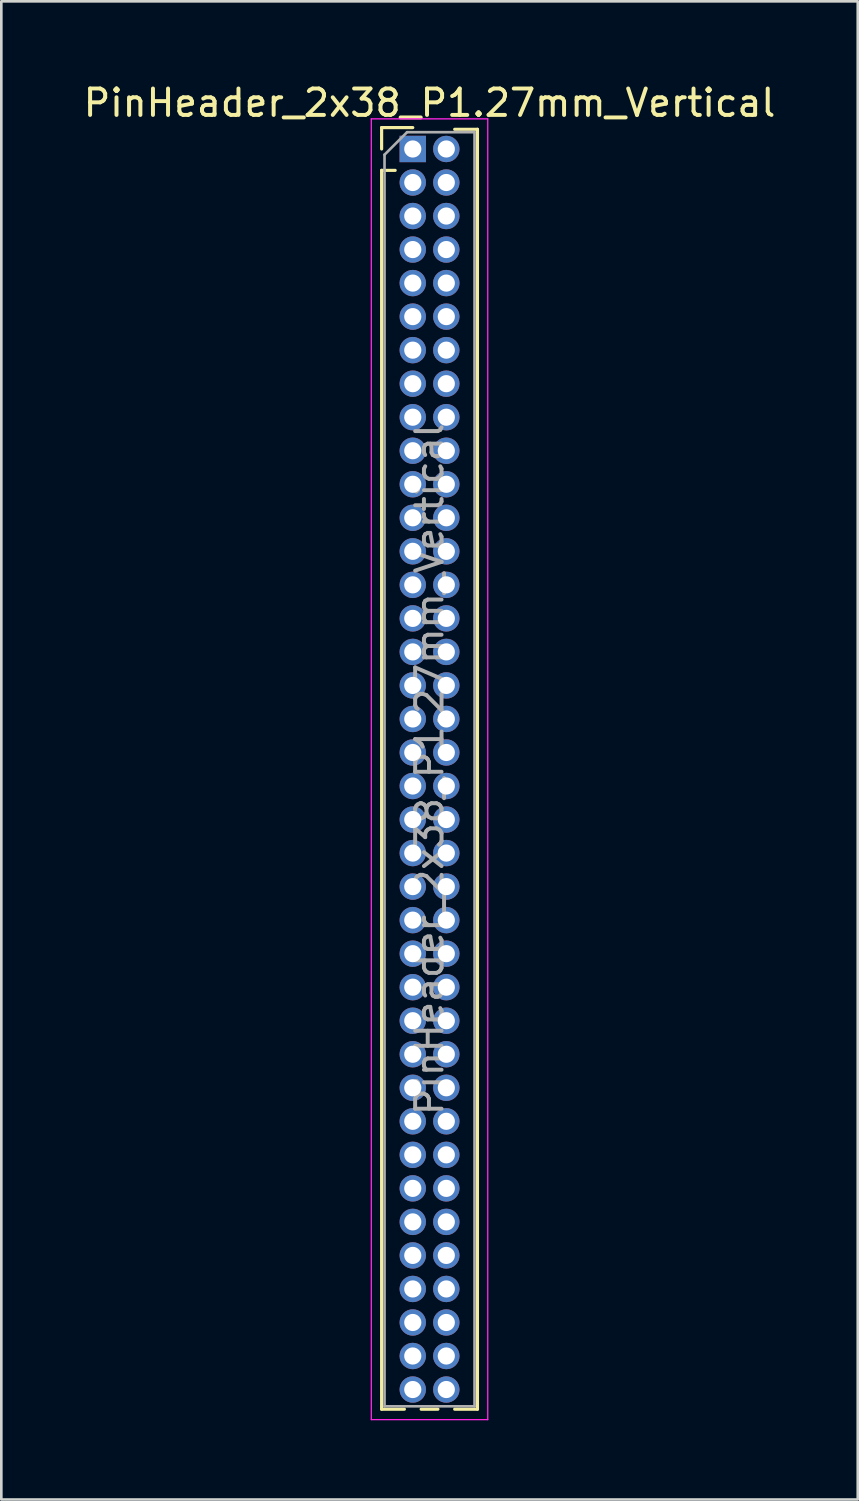
<source format=kicad_pcb>
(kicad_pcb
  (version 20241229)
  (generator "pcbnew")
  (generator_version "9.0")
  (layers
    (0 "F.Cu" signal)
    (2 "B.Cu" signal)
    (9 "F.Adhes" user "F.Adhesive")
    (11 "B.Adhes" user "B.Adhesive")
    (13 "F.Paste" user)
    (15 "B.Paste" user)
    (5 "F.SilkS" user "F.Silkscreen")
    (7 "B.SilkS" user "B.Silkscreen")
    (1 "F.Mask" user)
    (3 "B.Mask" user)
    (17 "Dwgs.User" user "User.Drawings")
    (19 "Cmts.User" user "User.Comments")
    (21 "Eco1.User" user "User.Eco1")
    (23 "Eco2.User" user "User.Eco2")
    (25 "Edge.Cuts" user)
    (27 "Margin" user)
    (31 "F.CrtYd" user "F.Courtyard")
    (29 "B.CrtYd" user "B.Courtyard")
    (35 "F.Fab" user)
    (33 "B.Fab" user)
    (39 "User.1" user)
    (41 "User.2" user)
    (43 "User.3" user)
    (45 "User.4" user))
  (footprint "PinHeader_2x38_P1.27mm_Vertical"
    (layer "F.Cu")
    (at 12.585 2.593)
    (property "Reference" "PinHeader_2x38_P1.27mm_Vertical" (at 0.635 -1.745 0) (layer "F.SilkS") (effects (font (size 1 1) (thickness 0.15))))
    (attr through_hole)
    (fp_line (start -1.18 -0.81) (end 0 -0.81) (stroke (width 0.12) (type solid)) (layer "F.SilkS"))
    (fp_line (start -1.18 0) (end -1.18 -0.81) (stroke (width 0.12) (type solid)) (layer "F.SilkS"))
    (fp_line (start -1.18 0.81) (end -1.18 47.735) (stroke (width 0.12) (type solid)) (layer "F.SilkS"))
    (fp_line (start -1.18 0.81) (end -0.667 0.81) (stroke (width 0.12) (type solid)) (layer "F.SilkS"))
    (fp_line (start -1.18 47.735) (end -0.318 47.735) (stroke (width 0.12) (type solid)) (layer "F.SilkS"))
    (fp_line (start 0.318 47.735) (end 0.952 47.735) (stroke (width 0.12) (type solid)) (layer "F.SilkS"))
    (fp_line (start 1.588 -0.745) (end 2.45 -0.745) (stroke (width 0.12) (type solid)) (layer "F.SilkS"))
    (fp_line (start 1.588 47.735) (end 2.45 47.735) (stroke (width 0.12) (type solid)) (layer "F.SilkS"))
    (fp_line (start 2.45 -0.745) (end 2.45 47.735) (stroke (width 0.12) (type solid)) (layer "F.SilkS"))
    (fp_line (start -1.57 -1.14) (end -1.57 48.13) (stroke (width 0.05) (type solid)) (layer "F.CrtYd"))
    (fp_line (start -1.57 48.13) (end 2.84 48.13) (stroke (width 0.05) (type solid)) (layer "F.CrtYd"))
    (fp_line (start 2.84 -1.14) (end -1.57 -1.14) (stroke (width 0.05) (type solid)) (layer "F.CrtYd"))
    (fp_line (start 2.84 48.13) (end 2.84 -1.14) (stroke (width 0.05) (type solid)) (layer "F.CrtYd"))
    (fp_line (start -1.07 0.217) (end -0.217 -0.635) (stroke (width 0.1) (type solid)) (layer "F.Fab"))
    (fp_line (start -1.07 47.625) (end -1.07 0.217) (stroke (width 0.1) (type solid)) (layer "F.Fab"))
    (fp_line (start -0.217 -0.635) (end 2.34 -0.635) (stroke (width 0.1) (type solid)) (layer "F.Fab"))
    (fp_line (start 2.34 -0.635) (end 2.34 47.625) (stroke (width 0.1) (type solid)) (layer "F.Fab"))
    (fp_line (start 2.34 47.625) (end -1.07 47.625) (stroke (width 0.1) (type solid)) (layer "F.Fab"))
    (fp_text user "${REFERENCE}" (at 0.635 23.495 90) (layer "F.Fab") (effects (font (size 1 1) (thickness 0.15))))
    (pad "1" thru_hole rect (at 0 0) (size 1 1) (drill 0.65) (layers "*.Cu" "*.Mask"))
    (pad "2" thru_hole circle (at 1.27 0) (size 1 1) (drill 0.65) (layers "*.Cu" "*.Mask"))
    (pad "3" thru_hole circle (at 0 1.27) (size 1 1) (drill 0.65) (layers "*.Cu" "*.Mask"))
    (pad "4" thru_hole circle (at 1.27 1.27) (size 1 1) (drill 0.65) (layers "*.Cu" "*.Mask"))
    (pad "5" thru_hole circle (at 0 2.54) (size 1 1) (drill 0.65) (layers "*.Cu" "*.Mask"))
    (pad "6" thru_hole circle (at 1.27 2.54) (size 1 1) (drill 0.65) (layers "*.Cu" "*.Mask"))
    (pad "7" thru_hole circle (at 0 3.81) (size 1 1) (drill 0.65) (layers "*.Cu" "*.Mask"))
    (pad "8" thru_hole circle (at 1.27 3.81) (size 1 1) (drill 0.65) (layers "*.Cu" "*.Mask"))
    (pad "9" thru_hole circle (at 0 5.08) (size 1 1) (drill 0.65) (layers "*.Cu" "*.Mask"))
    (pad "10" thru_hole circle (at 1.27 5.08) (size 1 1) (drill 0.65) (layers "*.Cu" "*.Mask"))
    (pad "11" thru_hole circle (at 0 6.35) (size 1 1) (drill 0.65) (layers "*.Cu" "*.Mask"))
    (pad "12" thru_hole circle (at 1.27 6.35) (size 1 1) (drill 0.65) (layers "*.Cu" "*.Mask"))
    (pad "13" thru_hole circle (at 0 7.62) (size 1 1) (drill 0.65) (layers "*.Cu" "*.Mask"))
    (pad "14" thru_hole circle (at 1.27 7.62) (size 1 1) (drill 0.65) (layers "*.Cu" "*.Mask"))
    (pad "15" thru_hole circle (at 0 8.89) (size 1 1) (drill 0.65) (layers "*.Cu" "*.Mask"))
    (pad "16" thru_hole circle (at 1.27 8.89) (size 1 1) (drill 0.65) (layers "*.Cu" "*.Mask"))
    (pad "17" thru_hole circle (at 0 10.16) (size 1 1) (drill 0.65) (layers "*.Cu" "*.Mask"))
    (pad "18" thru_hole circle (at 1.27 10.16) (size 1 1) (drill 0.65) (layers "*.Cu" "*.Mask"))
    (pad "19" thru_hole circle (at 0 11.43) (size 1 1) (drill 0.65) (layers "*.Cu" "*.Mask"))
    (pad "20" thru_hole circle (at 1.27 11.43) (size 1 1) (drill 0.65) (layers "*.Cu" "*.Mask"))
    (pad "21" thru_hole circle (at 0 12.7) (size 1 1) (drill 0.65) (layers "*.Cu" "*.Mask"))
    (pad "22" thru_hole circle (at 1.27 12.7) (size 1 1) (drill 0.65) (layers "*.Cu" "*.Mask"))
    (pad "23" thru_hole circle (at 0 13.97) (size 1 1) (drill 0.65) (layers "*.Cu" "*.Mask"))
    (pad "24" thru_hole circle (at 1.27 13.97) (size 1 1) (drill 0.65) (layers "*.Cu" "*.Mask"))
    (pad "25" thru_hole circle (at 0 15.24) (size 1 1) (drill 0.65) (layers "*.Cu" "*.Mask"))
    (pad "26" thru_hole circle (at 1.27 15.24) (size 1 1) (drill 0.65) (layers "*.Cu" "*.Mask"))
    (pad "27" thru_hole circle (at 0 16.51) (size 1 1) (drill 0.65) (layers "*.Cu" "*.Mask"))
    (pad "28" thru_hole circle (at 1.27 16.51) (size 1 1) (drill 0.65) (layers "*.Cu" "*.Mask"))
    (pad "29" thru_hole circle (at 0 17.78) (size 1 1) (drill 0.65) (layers "*.Cu" "*.Mask"))
    (pad "30" thru_hole circle (at 1.27 17.78) (size 1 1) (drill 0.65) (layers "*.Cu" "*.Mask"))
    (pad "31" thru_hole circle (at 0 19.05) (size 1 1) (drill 0.65) (layers "*.Cu" "*.Mask"))
    (pad "32" thru_hole circle (at 1.27 19.05) (size 1 1) (drill 0.65) (layers "*.Cu" "*.Mask"))
    (pad "33" thru_hole circle (at 0 20.32) (size 1 1) (drill 0.65) (layers "*.Cu" "*.Mask"))
    (pad "34" thru_hole circle (at 1.27 20.32) (size 1 1) (drill 0.65) (layers "*.Cu" "*.Mask"))
    (pad "35" thru_hole circle (at 0 21.59) (size 1 1) (drill 0.65) (layers "*.Cu" "*.Mask"))
    (pad "36" thru_hole circle (at 1.27 21.59) (size 1 1) (drill 0.65) (layers "*.Cu" "*.Mask"))
    (pad "37" thru_hole circle (at 0 22.86) (size 1 1) (drill 0.65) (layers "*.Cu" "*.Mask"))
    (pad "38" thru_hole circle (at 1.27 22.86) (size 1 1) (drill 0.65) (layers "*.Cu" "*.Mask"))
    (pad "39" thru_hole circle (at 0 24.13) (size 1 1) (drill 0.65) (layers "*.Cu" "*.Mask"))
    (pad "40" thru_hole circle (at 1.27 24.13) (size 1 1) (drill 0.65) (layers "*.Cu" "*.Mask"))
    (pad "41" thru_hole circle (at 0 25.4) (size 1 1) (drill 0.65) (layers "*.Cu" "*.Mask"))
    (pad "42" thru_hole circle (at 1.27 25.4) (size 1 1) (drill 0.65) (layers "*.Cu" "*.Mask"))
    (pad "43" thru_hole circle (at 0 26.67) (size 1 1) (drill 0.65) (layers "*.Cu" "*.Mask"))
    (pad "44" thru_hole circle (at 1.27 26.67) (size 1 1) (drill 0.65) (layers "*.Cu" "*.Mask"))
    (pad "45" thru_hole circle (at 0 27.94) (size 1 1) (drill 0.65) (layers "*.Cu" "*.Mask"))
    (pad "46" thru_hole circle (at 1.27 27.94) (size 1 1) (drill 0.65) (layers "*.Cu" "*.Mask"))
    (pad "47" thru_hole circle (at 0 29.21) (size 1 1) (drill 0.65) (layers "*.Cu" "*.Mask"))
    (pad "48" thru_hole circle (at 1.27 29.21) (size 1 1) (drill 0.65) (layers "*.Cu" "*.Mask"))
    (pad "49" thru_hole circle (at 0 30.48) (size 1 1) (drill 0.65) (layers "*.Cu" "*.Mask"))
    (pad "50" thru_hole circle (at 1.27 30.48) (size 1 1) (drill 0.65) (layers "*.Cu" "*.Mask"))
    (pad "51" thru_hole circle (at 0 31.75) (size 1 1) (drill 0.65) (layers "*.Cu" "*.Mask"))
    (pad "52" thru_hole circle (at 1.27 31.75) (size 1 1) (drill 0.65) (layers "*.Cu" "*.Mask"))
    (pad "53" thru_hole circle (at 0 33.02) (size 1 1) (drill 0.65) (layers "*.Cu" "*.Mask"))
    (pad "54" thru_hole circle (at 1.27 33.02) (size 1 1) (drill 0.65) (layers "*.Cu" "*.Mask"))
    (pad "55" thru_hole circle (at 0 34.29) (size 1 1) (drill 0.65) (layers "*.Cu" "*.Mask"))
    (pad "56" thru_hole circle (at 1.27 34.29) (size 1 1) (drill 0.65) (layers "*.Cu" "*.Mask"))
    (pad "57" thru_hole circle (at 0 35.56) (size 1 1) (drill 0.65) (layers "*.Cu" "*.Mask"))
    (pad "58" thru_hole circle (at 1.27 35.56) (size 1 1) (drill 0.65) (layers "*.Cu" "*.Mask"))
    (pad "59" thru_hole circle (at 0 36.83) (size 1 1) (drill 0.65) (layers "*.Cu" "*.Mask"))
    (pad "60" thru_hole circle (at 1.27 36.83) (size 1 1) (drill 0.65) (layers "*.Cu" "*.Mask"))
    (pad "61" thru_hole circle (at 0 38.1) (size 1 1) (drill 0.65) (layers "*.Cu" "*.Mask"))
    (pad "62" thru_hole circle (at 1.27 38.1) (size 1 1) (drill 0.65) (layers "*.Cu" "*.Mask"))
    (pad "63" thru_hole circle (at 0 39.37) (size 1 1) (drill 0.65) (layers "*.Cu" "*.Mask"))
    (pad "64" thru_hole circle (at 1.27 39.37) (size 1 1) (drill 0.65) (layers "*.Cu" "*.Mask"))
    (pad "65" thru_hole circle (at 0 40.64) (size 1 1) (drill 0.65) (layers "*.Cu" "*.Mask"))
    (pad "66" thru_hole circle (at 1.27 40.64) (size 1 1) (drill 0.65) (layers "*.Cu" "*.Mask"))
    (pad "67" thru_hole circle (at 0 41.91) (size 1 1) (drill 0.65) (layers "*.Cu" "*.Mask"))
    (pad "68" thru_hole circle (at 1.27 41.91) (size 1 1) (drill 0.65) (layers "*.Cu" "*.Mask"))
    (pad "69" thru_hole circle (at 0 43.18) (size 1 1) (drill 0.65) (layers "*.Cu" "*.Mask"))
    (pad "70" thru_hole circle (at 1.27 43.18) (size 1 1) (drill 0.65) (layers "*.Cu" "*.Mask"))
    (pad "71" thru_hole circle (at 0 44.45) (size 1 1) (drill 0.65) (layers "*.Cu" "*.Mask"))
    (pad "72" thru_hole circle (at 1.27 44.45) (size 1 1) (drill 0.65) (layers "*.Cu" "*.Mask"))
    (pad "73" thru_hole circle (at 0 45.72) (size 1 1) (drill 0.65) (layers "*.Cu" "*.Mask"))
    (pad "74" thru_hole circle (at 1.27 45.72) (size 1 1) (drill 0.65) (layers "*.Cu" "*.Mask"))
    (pad "75" thru_hole circle (at 0 46.99) (size 1 1) (drill 0.65) (layers "*.Cu" "*.Mask"))
    (pad "76" thru_hole circle (at 1.27 46.99) (size 1 1) (drill 0.65) (layers "*.Cu" "*.Mask")))
  (gr_rect
    (start -3 -3)
    (end 29.44 53.748)
    (stroke (width 0.1) (type default))
    (fill no)
    (layer "Edge.Cuts")))
</source>
